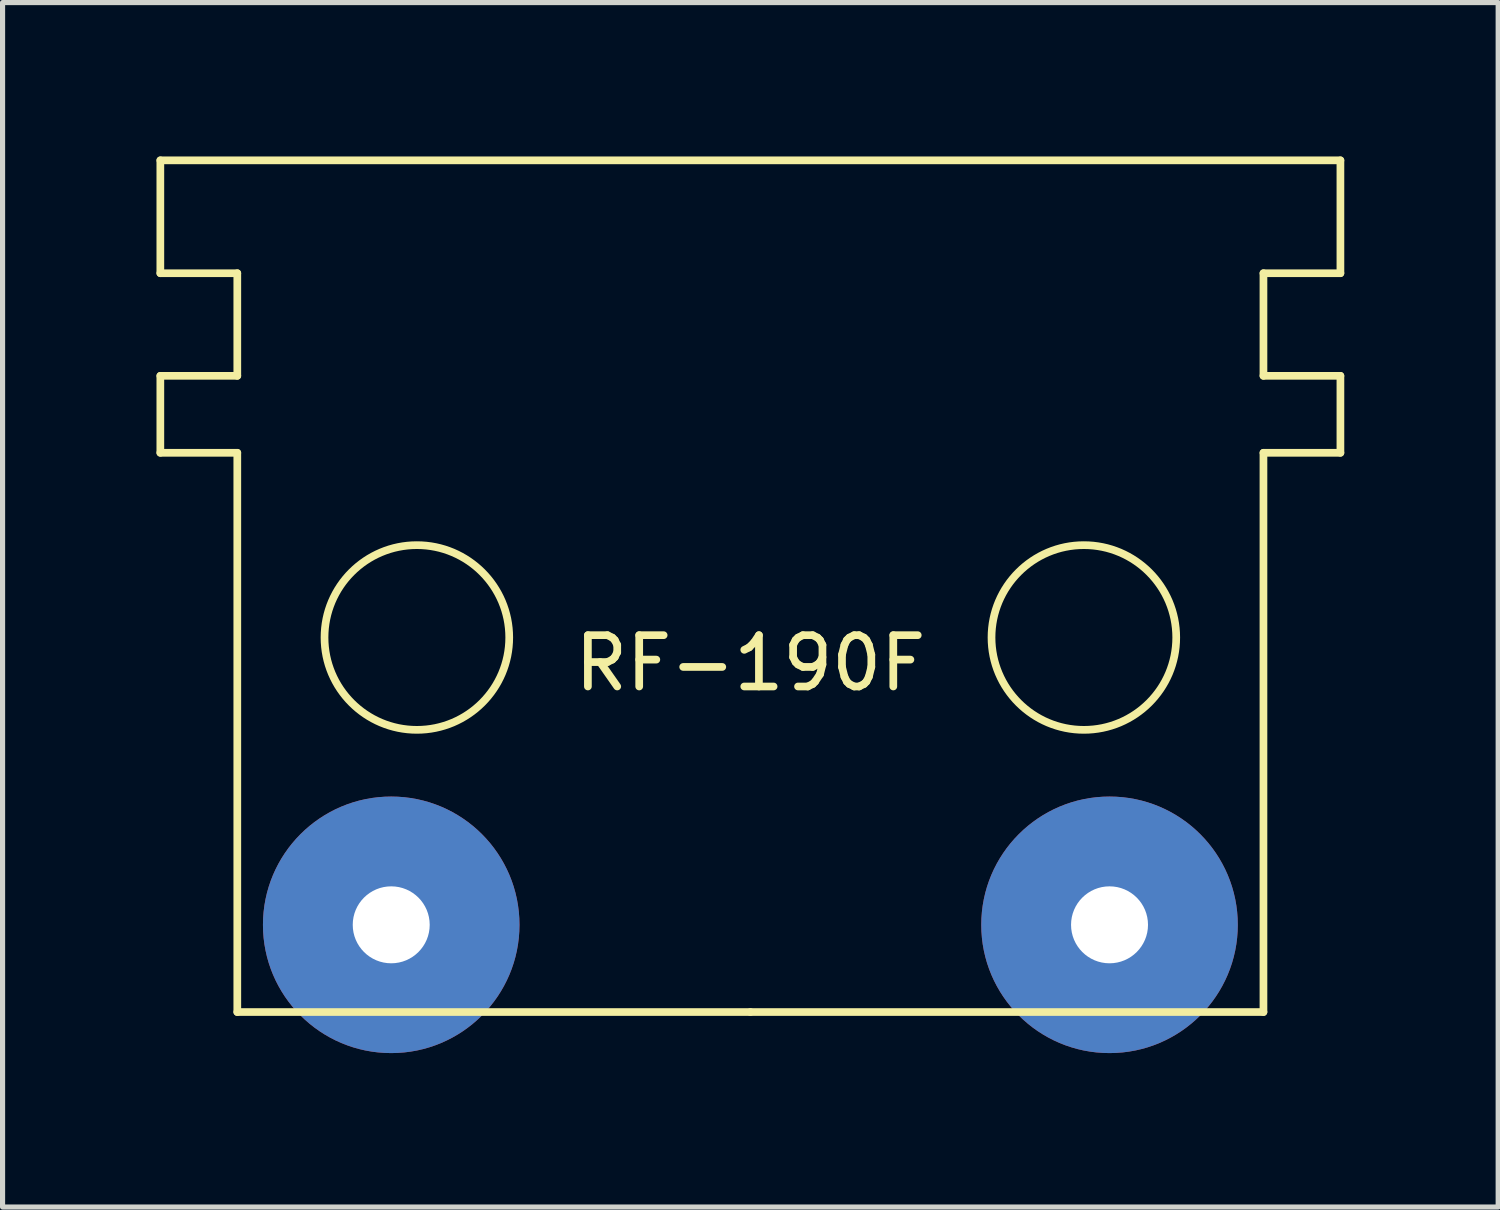
<source format=kicad_pcb>
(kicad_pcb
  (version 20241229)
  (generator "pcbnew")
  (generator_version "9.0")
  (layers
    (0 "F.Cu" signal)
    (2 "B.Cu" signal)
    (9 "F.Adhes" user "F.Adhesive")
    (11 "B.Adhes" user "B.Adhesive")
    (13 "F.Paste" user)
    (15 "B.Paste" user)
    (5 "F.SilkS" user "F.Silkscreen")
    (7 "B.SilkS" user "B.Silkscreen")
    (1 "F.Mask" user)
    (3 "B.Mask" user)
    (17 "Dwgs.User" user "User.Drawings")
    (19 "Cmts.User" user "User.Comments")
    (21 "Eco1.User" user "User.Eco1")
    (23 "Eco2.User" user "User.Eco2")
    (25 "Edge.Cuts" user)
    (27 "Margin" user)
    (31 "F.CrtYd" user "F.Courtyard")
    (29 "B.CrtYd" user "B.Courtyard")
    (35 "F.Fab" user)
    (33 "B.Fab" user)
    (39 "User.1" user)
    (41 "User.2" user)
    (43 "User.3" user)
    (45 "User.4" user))
  (footprint "RF-190F"
    (layer "F.Cu")
    (at 11.575 9.375)
    (property "Reference" "RF-190F" (at 0 0.5 0) (layer "F.SilkS") (effects (font (size 1 1) (thickness 0.15))))
    (attr through_hole)
    (fp_line (start -11.5 -9.3) (end -11.5 -7.1) (stroke (width 0.15) (type solid)) (layer "F.SilkS"))
    (fp_line (start -11.5 -7.1) (end -10 -7.1) (stroke (width 0.15) (type solid)) (layer "F.SilkS"))
    (fp_line (start -11.5 -5.1) (end -11.5 -3.6) (stroke (width 0.15) (type solid)) (layer "F.SilkS"))
    (fp_line (start -11.5 -3.6) (end -10 -3.6) (stroke (width 0.15) (type solid)) (layer "F.SilkS"))
    (fp_line (start -10 -7.1) (end -10 -5.1) (stroke (width 0.15) (type solid)) (layer "F.SilkS"))
    (fp_line (start -10 -5.1) (end -11.5 -5.1) (stroke (width 0.15) (type solid)) (layer "F.SilkS"))
    (fp_line (start -10 7.3) (end -10 -3.6) (stroke (width 0.15) (type solid)) (layer "F.SilkS"))
    (fp_line (start 0 7.3) (end -10 7.3) (stroke (width 0.15) (type solid)) (layer "F.SilkS"))
    (fp_line (start 0 7.3) (end 10 7.3) (stroke (width 0.15) (type solid)) (layer "F.SilkS"))
    (fp_line (start 10 -7.1) (end 10 -5.1) (stroke (width 0.15) (type solid)) (layer "F.SilkS"))
    (fp_line (start 10 -5.1) (end 11.5 -5.1) (stroke (width 0.15) (type solid)) (layer "F.SilkS"))
    (fp_line (start 10 7.3) (end 10 -3.6) (stroke (width 0.15) (type solid)) (layer "F.SilkS"))
    (fp_line (start 11.5 -9.3) (end -11.5 -9.3) (stroke (width 0.15) (type solid)) (layer "F.SilkS"))
    (fp_line (start 11.5 -9.3) (end 11.5 -7.1) (stroke (width 0.15) (type solid)) (layer "F.SilkS"))
    (fp_line (start 11.5 -7.1) (end 10 -7.1) (stroke (width 0.15) (type solid)) (layer "F.SilkS"))
    (fp_line (start 11.5 -5.1) (end 11.5 -3.6) (stroke (width 0.15) (type solid)) (layer "F.SilkS"))
    (fp_line (start 11.5 -3.6) (end 10 -3.6) (stroke (width 0.15) (type solid)) (layer "F.SilkS"))
    (fp_circle (center -6.5 0) (end -4.7 0) (stroke (width 0.15) (type solid)) (fill no) (layer "F.SilkS"))
    (fp_circle (center 6.5 0) (end 8.3 0) (stroke (width 0.15) (type solid)) (fill no) (layer "F.SilkS"))
    (pad "1" thru_hole circle (at -7 5.6) (size 5 5) (drill 1.5) (layers "*.Cu" "*.Mask"))
    (pad "2" thru_hole circle (at 7 5.6) (size 5 5) (drill 1.5) (layers "*.Cu" "*.Mask")))
  (gr_rect
    (start -3 -3)
    (end 26.15 20.475)
    (stroke (width 0.1) (type default))
    (fill no)
    (layer "Edge.Cuts")))
</source>
